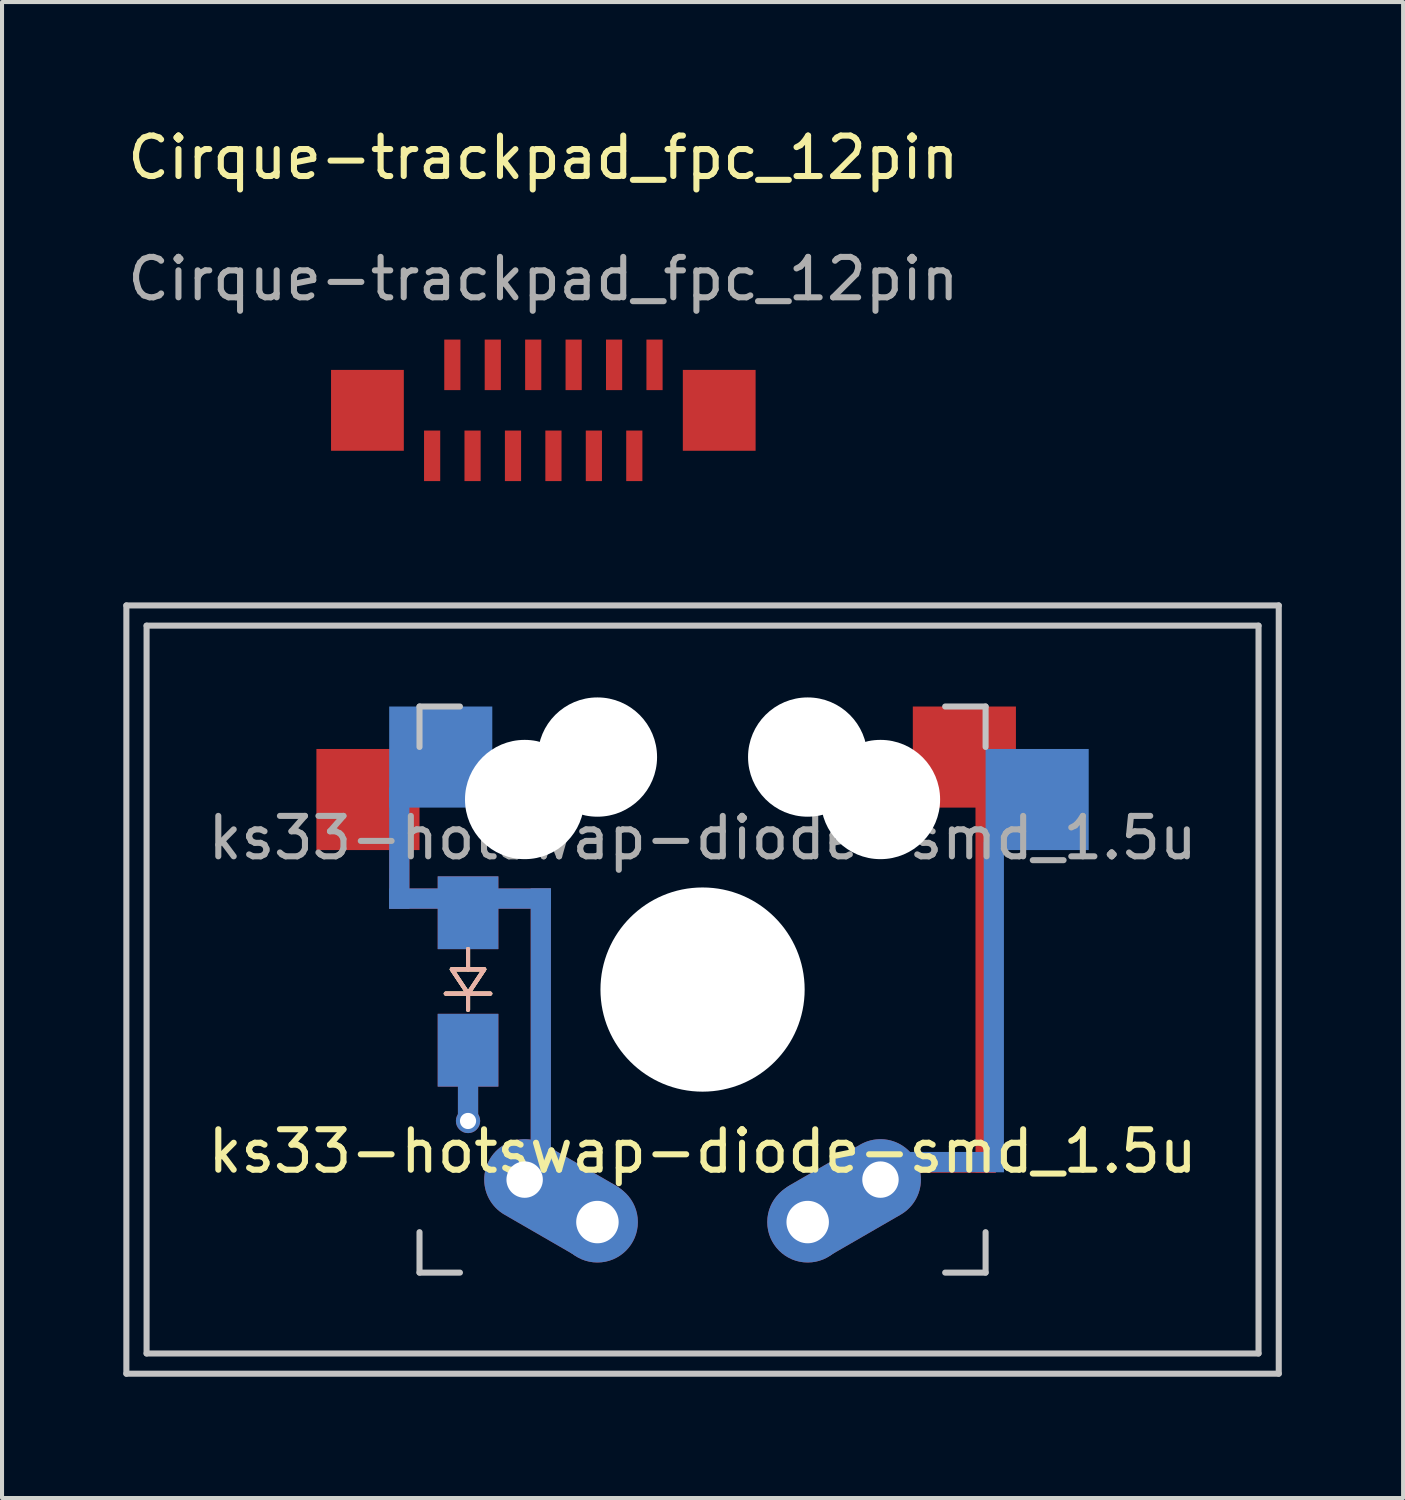
<source format=kicad_pcb>
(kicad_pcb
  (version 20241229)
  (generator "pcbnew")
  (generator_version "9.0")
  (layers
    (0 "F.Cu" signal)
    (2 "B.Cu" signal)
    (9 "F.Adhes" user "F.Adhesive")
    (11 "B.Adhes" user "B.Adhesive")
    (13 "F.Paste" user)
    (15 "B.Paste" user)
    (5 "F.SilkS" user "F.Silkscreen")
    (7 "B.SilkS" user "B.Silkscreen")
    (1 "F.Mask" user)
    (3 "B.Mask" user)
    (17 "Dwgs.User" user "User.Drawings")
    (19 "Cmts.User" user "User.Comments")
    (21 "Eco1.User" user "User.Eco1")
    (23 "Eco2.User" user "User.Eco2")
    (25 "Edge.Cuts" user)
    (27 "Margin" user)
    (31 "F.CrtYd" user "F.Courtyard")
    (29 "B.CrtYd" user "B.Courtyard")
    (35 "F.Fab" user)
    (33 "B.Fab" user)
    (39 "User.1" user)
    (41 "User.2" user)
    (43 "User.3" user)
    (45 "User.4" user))
  (footprint "ks33-hotswap-diode-smd_1.5u"
    (layer "F.Cu")
    (at 14.325 21.423)
    (property "Reference" "ks33-hotswap-diode-smd_1.5u" (at 0 4 0) (unlocked yes) (layer "F.SilkS") (effects (font (size 1 1) (thickness 0.15))))
    (attr smd)
    (fp_line (start -6.2 -0.5) (end -5.8 0.1) (stroke (width 0.1) (type solid)) (layer "F.SilkS"))
    (fp_line (start -6.2 -0.5) (end -5.8 0.1) (stroke (width 0.1) (type solid)) (layer "F.SilkS"))
    (fp_line (start -5.8 -0.5) (end -5.8 -1) (stroke (width 0.1) (type solid)) (layer "F.SilkS"))
    (fp_line (start -5.8 -0.5) (end -5.8 -1) (stroke (width 0.1) (type solid)) (layer "F.SilkS"))
    (fp_line (start -5.8 0.1) (end -6.35 0.1) (stroke (width 0.1) (type solid)) (layer "F.SilkS"))
    (fp_line (start -5.8 0.1) (end -6.35 0.1) (stroke (width 0.1) (type solid)) (layer "F.SilkS"))
    (fp_line (start -5.8 0.1) (end -5.4 -0.5) (stroke (width 0.1) (type solid)) (layer "F.SilkS"))
    (fp_line (start -5.8 0.1) (end -5.4 -0.5) (stroke (width 0.1) (type solid)) (layer "F.SilkS"))
    (fp_line (start -5.8 0.1) (end -5.25 0.1) (stroke (width 0.1) (type solid)) (layer "F.SilkS"))
    (fp_line (start -5.8 0.1) (end -5.25 0.1) (stroke (width 0.1) (type solid)) (layer "F.SilkS"))
    (fp_line (start -5.8 0.5) (end -5.8 0.1) (stroke (width 0.1) (type solid)) (layer "F.SilkS"))
    (fp_line (start -5.8 0.5) (end -5.8 0.1) (stroke (width 0.1) (type solid)) (layer "F.SilkS"))
    (fp_line (start -5.4 -0.5) (end -6.2 -0.5) (stroke (width 0.1) (type solid)) (layer "F.SilkS"))
    (fp_line (start -5.4 -0.5) (end -6.2 -0.5) (stroke (width 0.1) (type solid)) (layer "F.SilkS"))
    (fp_line (start -6.2 -0.5) (end -5.4 -0.5) (stroke (width 0.1) (type solid)) (layer "B.SilkS"))
    (fp_line (start -6.2 -0.5) (end -5.4 -0.5) (stroke (width 0.1) (type solid)) (layer "B.SilkS"))
    (fp_line (start -5.8 -0.5) (end -5.8 -1) (stroke (width 0.1) (type solid)) (layer "B.SilkS"))
    (fp_line (start -5.8 -0.5) (end -5.8 -1) (stroke (width 0.1) (type solid)) (layer "B.SilkS"))
    (fp_line (start -5.8 0.1) (end -6.35 0.1) (stroke (width 0.1) (type solid)) (layer "B.SilkS"))
    (fp_line (start -5.8 0.1) (end -6.35 0.1) (stroke (width 0.1) (type solid)) (layer "B.SilkS"))
    (fp_line (start -5.8 0.1) (end -6.2 -0.5) (stroke (width 0.1) (type solid)) (layer "B.SilkS"))
    (fp_line (start -5.8 0.1) (end -6.2 -0.5) (stroke (width 0.1) (type solid)) (layer "B.SilkS"))
    (fp_line (start -5.8 0.1) (end -5.25 0.1) (stroke (width 0.1) (type solid)) (layer "B.SilkS"))
    (fp_line (start -5.8 0.1) (end -5.25 0.1) (stroke (width 0.1) (type solid)) (layer "B.SilkS"))
    (fp_line (start -5.8 0.5) (end -5.8 0.1) (stroke (width 0.1) (type solid)) (layer "B.SilkS"))
    (fp_line (start -5.8 0.5) (end -5.8 0.1) (stroke (width 0.1) (type solid)) (layer "B.SilkS"))
    (fp_line (start -5.4 -0.5) (end -5.8 0.1) (stroke (width 0.1) (type solid)) (layer "B.SilkS"))
    (fp_line (start -5.4 -0.5) (end -5.8 0.1) (stroke (width 0.1) (type solid)) (layer "B.SilkS"))
    (fp_line (start -14.25 -9.5) (end -14.25 9.5) (stroke (width 0.15) (type solid)) (layer "Dwgs.User"))
    (fp_line (start -14.25 9.5) (end 14.25 9.5) (stroke (width 0.15) (type solid)) (layer "Dwgs.User"))
    (fp_line (start -13.75 -9) (end -13.75 9) (stroke (width 0.15) (type solid)) (layer "Dwgs.User"))
    (fp_line (start -13.75 9) (end 13.75 9) (stroke (width 0.15) (type solid)) (layer "Dwgs.User"))
    (fp_line (start -7 -7) (end -6 -7) (stroke (width 0.15) (type solid)) (layer "Dwgs.User"))
    (fp_line (start -7 -6) (end -7 -7) (stroke (width 0.15) (type solid)) (layer "Dwgs.User"))
    (fp_line (start -7 6) (end -7 7) (stroke (width 0.15) (type solid)) (layer "Dwgs.User"))
    (fp_line (start -7 7) (end -6 7) (stroke (width 0.15) (type solid)) (layer "Dwgs.User"))
    (fp_line (start 6 -7) (end 7 -7) (stroke (width 0.15) (type solid)) (layer "Dwgs.User"))
    (fp_line (start 7 -7) (end 7 -6) (stroke (width 0.15) (type solid)) (layer "Dwgs.User"))
    (fp_line (start 7 7) (end 6 7) (stroke (width 0.15) (type solid)) (layer "Dwgs.User"))
    (fp_line (start 7 7) (end 7 6) (stroke (width 0.15) (type solid)) (layer "Dwgs.User"))
    (fp_line (start 13.75 -9) (end -13.75 -9) (stroke (width 0.15) (type solid)) (layer "Dwgs.User"))
    (fp_line (start 13.75 9) (end 13.75 -9) (stroke (width 0.15) (type solid)) (layer "Dwgs.User"))
    (fp_line (start 14.25 -9.5) (end -14.25 -9.5) (stroke (width 0.15) (type solid)) (layer "Dwgs.User"))
    (fp_line (start 14.25 9.5) (end 14.25 -9.5) (stroke (width 0.15) (type solid)) (layer "Dwgs.User"))
    (fp_text user "${REFERENCE}" (at 0 -3.75 0) (unlocked yes) (layer "F.Fab") (effects (font (size 1 1) (thickness 0.15))))
    (pad "" np_thru_hole circle (at -4.4 -4.7 180) (size 2.95 2.95) (drill 2.95) (layers "*.Cu" "*.Mask"))
    (pad "" np_thru_hole circle (at -2.6 -5.75 180) (size 2.95 2.95) (drill 2.95) (layers "*.Cu" "*.Mask"))
    (pad "" np_thru_hole circle (at 0 0 180) (size 5.05 5.05) (drill 5.05) (layers "*.Cu" "*.Mask"))
    (pad "" np_thru_hole circle (at 2.6 -5.75 180) (size 2.95 2.95) (drill 2.95) (layers "*.Cu" "*.Mask"))
    (pad "" np_thru_hole circle (at 4.4 -4.7 180) (size 2.95 2.95) (drill 2.95) (layers "*.Cu" "*.Mask"))
    (pad "1" thru_hole circle (at 2.6 5.75) (size 2 2) (drill 1.05) (layers "*.Cu" "*.Mask"))
    (pad "1" thru_hole oval (at 4.4 4.7 210) (size 4 2) (drill 0.9 (offset 1 0)) (layers "*.Cu" "*.Mask"))
    (pad "1" smd rect (at 6.125 4.281 270) (size 0.5 2.25) (layers "F.Cu"))
    (pad "1" smd rect (at 6.227 4.266 180) (size 2.453 0.5) (layers "B.Cu"))
    (pad "1" smd rect (at 6.475 -5.75) (size 2.55 2.5) (layers "F.Cu" "F.Mask" "F.Paste"))
    (pad "1" smd rect (at 7 -0.209 180) (size 0.5 9.481) (layers "F.Cu"))
    (pad "1" smd rect (at 7.203 0.433 90) (size 8.166 0.5) (layers "B.Cu"))
    (pad "1" smd rect (at 8.275 -4.7) (size 2.55 2.5) (layers "B.Cu" "B.Mask" "B.Paste"))
    (pad "2" smd rect (at -5.8 1.5 270) (size 1.8 1.5) (layers "F.Cu" "F.Mask" "F.Paste"))
    (pad "2" smd rect (at -5.8 1.5 90) (size 1.8 1.5) (layers "B.Cu" "B.Mask" "B.Paste"))
    (pad "2" smd rect (at -5.8 2.75) (size 0.5 0.9) (layers "F.Cu"))
    (pad "2" smd rect (at -5.8 2.75) (size 0.5 0.9) (layers "B.Cu"))
    (pad "2" thru_hole circle (at -5.8 3.25) (size 0.6 0.6) (drill 0.4) (layers "*.Cu" "*.Mask"))
    (pad "3" smd rect (at -8.275 -4.7) (size 2.55 2.5) (layers "F.Cu" "F.Mask" "F.Paste"))
    (pad "3" smd rect (at -7.5 -3.5) (size 0.5 3) (layers "B.Cu"))
    (pad "3" smd rect (at -7.5 -3 180) (size 0.5 2) (layers "F.Cu"))
    (pad "3" smd rect (at -6.475 -5.75) (size 2.55 2.5) (layers "B.Cu" "B.Mask" "B.Paste"))
    (pad "3" smd rect (at -5.8 -1.9 270) (size 1.8 1.5) (layers "F.Cu" "F.Mask" "F.Paste"))
    (pad "3" smd rect (at -5.8 -1.9 90) (size 1.8 1.5) (layers "B.Cu" "B.Mask" "B.Paste"))
    (pad "3" smd rect (at -5.75 -2.25 90) (size 0.5 4) (layers "F.Cu"))
    (pad "3" smd rect (at -5.75 -2.25) (size 4 0.5) (layers "B.Cu"))
    (pad "3" thru_hole oval (at -4.4 4.7 330) (size 4 2) (drill 0.9 (offset 1 0)) (layers "*.Cu" "*.Mask"))
    (pad "3" smd rect (at -4 0.875 180) (size 0.5 6.75) (layers "F.Cu"))
    (pad "3" smd rect (at -4 0.875) (size 0.5 6.75) (layers "B.Cu"))
    (pad "3" thru_hole circle (at -2.6 5.75) (size 2 2) (drill 1.05) (layers "*.Cu" "*.Mask")))
  (footprint "Cirque-trackpad_fpc_12pin"
    (layer "F.Cu")
    (at 10.387 7.098)
    (property "Reference" "Cirque-trackpad_fpc_12pin" (at 0 -6.25 0) (unlocked yes) (layer "F.SilkS") (effects (font (size 1 1) (thickness 0.15))))
    (attr through_hole)
    (fp_text user "${REFERENCE}" (at 0 -3.25 0) (unlocked yes) (layer "F.Fab") (effects (font (size 1 1) (thickness 0.15))))
    (pad "" smd rect (at -4.35 0) (size 1.8 2) (layers "F.Cu" "F.Mask" "F.Paste"))
    (pad "" smd rect (at 4.35 0) (size 1.8 2) (layers "F.Cu" "F.Mask" "F.Paste"))
    (pad "1" smd rect (at 2.75 -1.125) (size 0.4 1.25) (layers "F.Cu" "F.Mask" "F.Paste"))
    (pad "2" smd rect (at 2.25 1.125) (size 0.4 1.25) (layers "F.Cu" "F.Mask" "F.Paste"))
    (pad "3" smd rect (at 1.75 -1.125) (size 0.4 1.25) (layers "F.Cu" "F.Mask" "F.Paste"))
    (pad "4" smd rect (at 1.25 1.125) (size 0.4 1.25) (layers "F.Cu" "F.Mask" "F.Paste"))
    (pad "5" smd rect (at 0.75 -1.125) (size 0.4 1.25) (layers "F.Cu" "F.Mask" "F.Paste"))
    (pad "6" smd rect (at 0.25 1.125) (size 0.4 1.25) (layers "F.Cu" "F.Mask" "F.Paste"))
    (pad "7" smd rect (at -0.25 -1.125) (size 0.4 1.25) (layers "F.Cu" "F.Mask" "F.Paste"))
    (pad "8" smd rect (at -0.75 1.125) (size 0.4 1.25) (layers "F.Cu" "F.Mask" "F.Paste"))
    (pad "9" smd rect (at -1.25 -1.125) (size 0.4 1.25) (layers "F.Cu" "F.Mask" "F.Paste"))
    (pad "10" smd rect (at -1.75 1.125) (size 0.4 1.25) (layers "F.Cu" "F.Mask" "F.Paste"))
    (pad "11" smd rect (at -2.25 -1.125) (size 0.4 1.25) (layers "F.Cu" "F.Mask" "F.Paste"))
    (pad "12" smd rect (at -2.75 1.125) (size 0.4 1.25) (layers "F.Cu" "F.Mask" "F.Paste")))
  (gr_rect
    (start -3 -3)
    (end 31.65 33.998)
    (stroke (width 0.1) (type default))
    (fill no)
    (layer "Edge.Cuts")))
</source>
